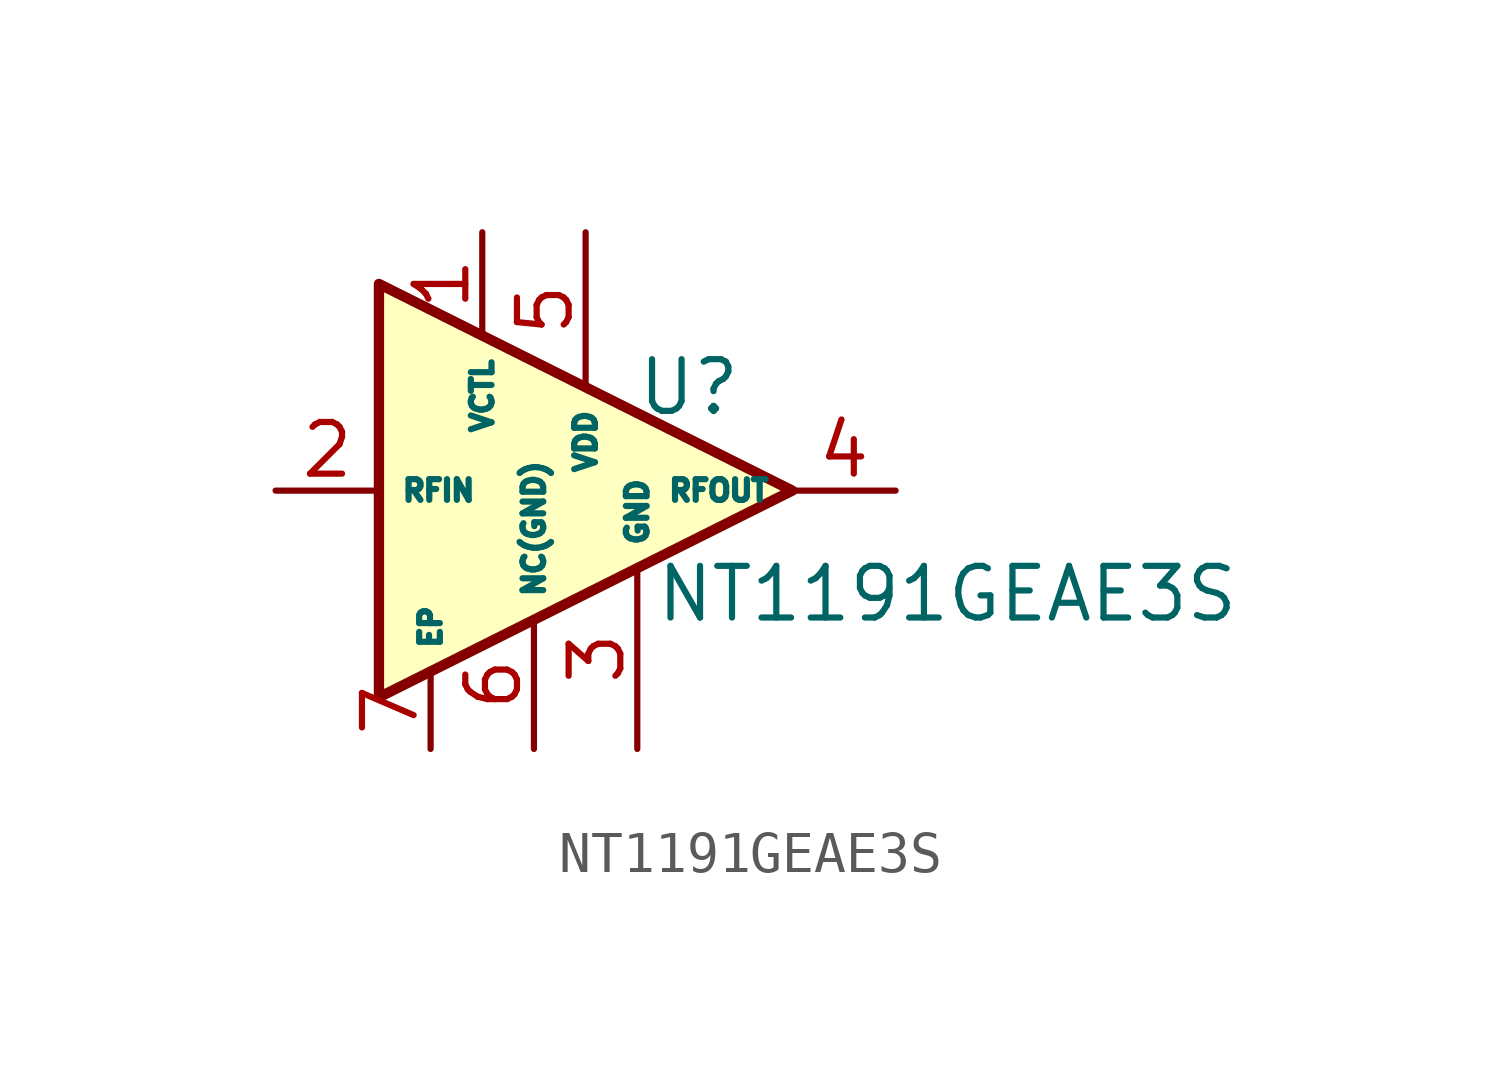
<source format=kicad_sym>
(kicad_symbol_lib
  (version 20211014)
  (generator kicad_symbol_editor)
  (symbol "NT1191GEAE3S"
    (property "Reference" "U"
      (at 3.81 2.54 0)
      (effects (font (size 1.27 1.27))))
    (property "Value" "NT1191GEAE3S"
      (at 10.16 -2.54 0)
      (effects (font (size 1.27 1.27))))
    (symbol "NT1191GEAE3S_0_0"
      (pin input line (at -1.27 6.35 270) (length 2.54) (name "VCTL" (effects (font (size 0.508 0.508)))) (number "1" (effects (font (size 1.27 1.27)))))
      (pin input line (at -6.35 0 0) (length 2.54) (name "RFIN" (effects (font (size 0.508 0.508)))) (number "2" (effects (font (size 1.27 1.27)))))
      (pin power_in line (at 2.54 -6.35 90) (length 4.445) (name "GND" (effects (font (size 0.508 0.508)))) (number "3" (effects (font (size 1.27 1.27)))))
      (pin output line (at 8.89 0 180) (length 2.54) (name "RFOUT" (effects (font (size 0.508 0.508)))) (number "4" (effects (font (size 1.27 1.27)))))
      (pin power_in line (at 1.27 6.35 270) (length 3.81) (name "VDD" (effects (font (size 0.508 0.508)))) (number "5" (effects (font (size 1.27 1.27)))))
      (pin power_in line (at 0 -6.35 90) (length 3.175) (name "NC(GND)" (effects (font (size 0.508 0.508)))) (number "6" (effects (font (size 1.27 1.27)))))
      (pin power_in line (at -2.54 -6.35 90) (length 1.905) (name "EP" (effects (font (size 0.508 0.508)))) (number "7" (effects (font (size 1.27 1.27))))))
    (symbol "NT1191GEAE3S_0_1"
      (polyline (pts (xy -3.81 5.08) (xy -3.81 -2.54) (xy -3.81 -5.08) (xy 6.35 0) (xy -3.81 5.08)) (stroke (width 0.254) (type default) (color 0 0 0 0)) (fill (type background))))))
</source>
